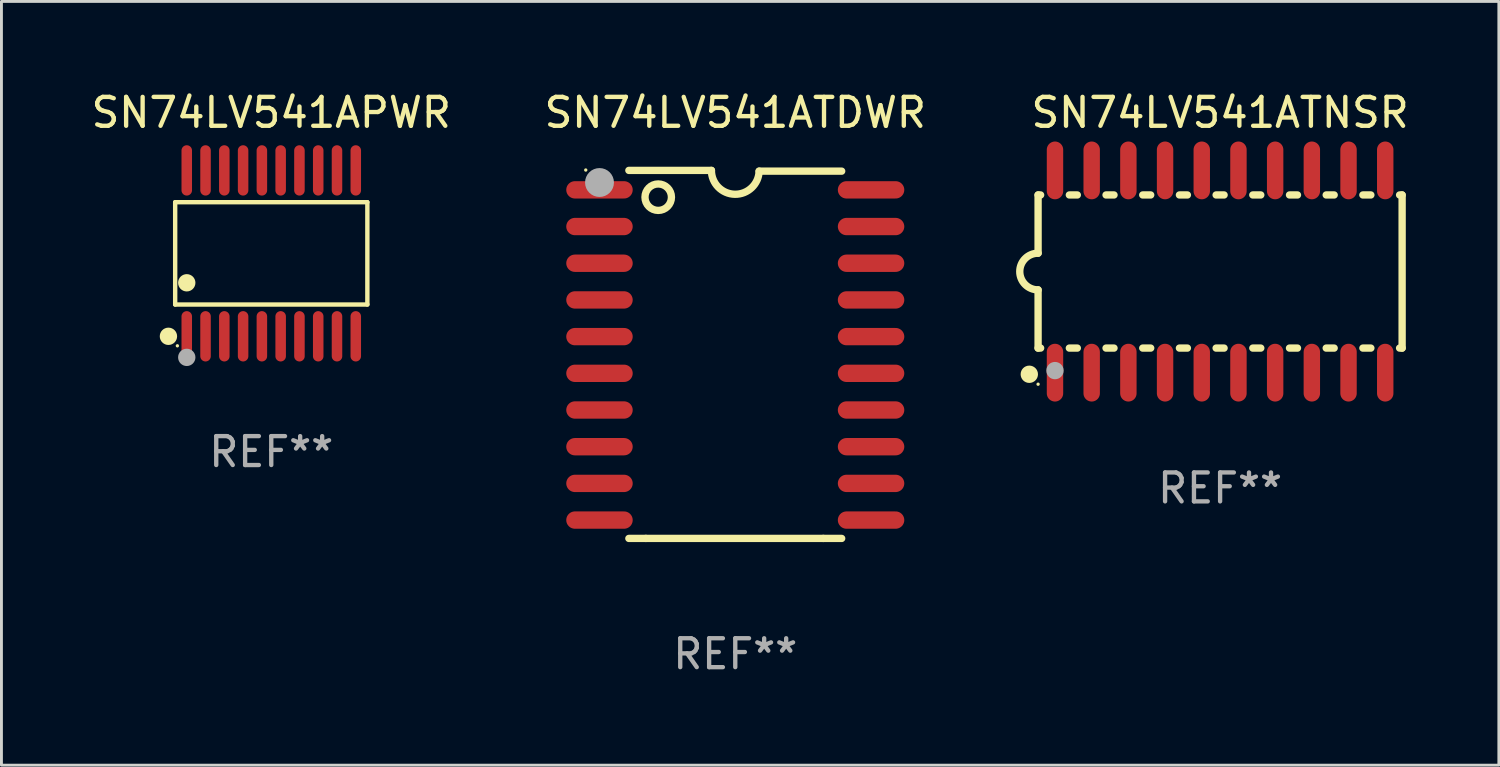
<source format=kicad_pcb>
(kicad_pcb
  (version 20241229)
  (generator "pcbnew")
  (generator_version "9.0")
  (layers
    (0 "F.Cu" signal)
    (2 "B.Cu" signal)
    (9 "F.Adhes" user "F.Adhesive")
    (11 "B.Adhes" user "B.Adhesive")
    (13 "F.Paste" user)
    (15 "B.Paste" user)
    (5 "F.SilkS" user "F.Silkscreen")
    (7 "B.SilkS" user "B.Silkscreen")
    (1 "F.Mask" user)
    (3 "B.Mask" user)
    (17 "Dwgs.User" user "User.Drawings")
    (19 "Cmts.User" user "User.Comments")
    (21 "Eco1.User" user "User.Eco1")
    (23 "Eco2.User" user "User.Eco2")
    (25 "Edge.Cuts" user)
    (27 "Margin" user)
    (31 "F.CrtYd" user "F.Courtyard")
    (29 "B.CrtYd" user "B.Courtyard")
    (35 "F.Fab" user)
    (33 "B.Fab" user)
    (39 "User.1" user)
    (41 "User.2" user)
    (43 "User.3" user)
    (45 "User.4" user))
  (footprint "SN74LV541APWR"
    (layer "F.Cu")
    (at 6.339 5.719)
    (property "Reference" "SN74LV541APWR" (at 0 -4.871 0) (layer "F.SilkS") (effects (font (size 1 1) (thickness 0.15))))
    (attr through_hole)
    (fp_line (start -3.326 -1.771) (end 3.326 -1.771) (stroke (width 0.152) (type solid)) (layer "F.SilkS"))
    (fp_line (start -3.326 1.771) (end -3.326 -1.771) (stroke (width 0.152) (type solid)) (layer "F.SilkS"))
    (fp_line (start 3.326 -1.771) (end 3.326 1.771) (stroke (width 0.152) (type solid)) (layer "F.SilkS"))
    (fp_line (start 3.326 1.771) (end -3.326 1.771) (stroke (width 0.152) (type solid)) (layer "F.SilkS"))
    (fp_circle (center -3.559 2.871) (end -3.409 2.871) (stroke (width 0.3) (type solid)) (fill no) (layer "F.SilkS"))
    (fp_circle (center -3.25 3.2) (end -3.22 3.2) (stroke (width 0.06) (type solid)) (fill no) (layer "F.SilkS"))
    (fp_circle (center -2.925 1.019) (end -2.775 1.019) (stroke (width 0.3) (type solid)) (fill no) (layer "F.SilkS"))
    (fp_circle (center -2.925 3.6) (end -2.775 3.6) (stroke (width 0.3) (type solid)) (fill no) (layer "F.Fab"))
    (fp_text user "REF**" (at 0 6.871 0) (layer "F.Fab") (effects (font (size 1 1) (thickness 0.15))))
    (pad "1" smd oval (at -2.925 2.871) (size 0.364 1.742) (layers "F.Cu" "F.Mask" "F.Paste"))
    (pad "2" smd oval (at -2.275 2.871) (size 0.364 1.742) (layers "F.Cu" "F.Mask" "F.Paste"))
    (pad "3" smd oval (at -1.625 2.871) (size 0.364 1.742) (layers "F.Cu" "F.Mask" "F.Paste"))
    (pad "4" smd oval (at -0.975 2.871) (size 0.364 1.742) (layers "F.Cu" "F.Mask" "F.Paste"))
    (pad "5" smd oval (at -0.325 2.871) (size 0.364 1.742) (layers "F.Cu" "F.Mask" "F.Paste"))
    (pad "6" smd oval (at 0.325 2.871) (size 0.364 1.742) (layers "F.Cu" "F.Mask" "F.Paste"))
    (pad "7" smd oval (at 0.975 2.871) (size 0.364 1.742) (layers "F.Cu" "F.Mask" "F.Paste"))
    (pad "8" smd oval (at 1.625 2.871) (size 0.364 1.742) (layers "F.Cu" "F.Mask" "F.Paste"))
    (pad "9" smd oval (at 2.275 2.871) (size 0.364 1.742) (layers "F.Cu" "F.Mask" "F.Paste"))
    (pad "10" smd oval (at 2.925 2.871) (size 0.364 1.742) (layers "F.Cu" "F.Mask" "F.Paste"))
    (pad "11" smd oval (at 2.925 -2.871) (size 0.364 1.742) (layers "F.Cu" "F.Mask" "F.Paste"))
    (pad "12" smd oval (at 2.275 -2.871) (size 0.364 1.742) (layers "F.Cu" "F.Mask" "F.Paste"))
    (pad "13" smd oval (at 1.625 -2.871) (size 0.364 1.742) (layers "F.Cu" "F.Mask" "F.Paste"))
    (pad "14" smd oval (at 0.975 -2.871) (size 0.364 1.742) (layers "F.Cu" "F.Mask" "F.Paste"))
    (pad "15" smd oval (at 0.325 -2.871) (size 0.364 1.742) (layers "F.Cu" "F.Mask" "F.Paste"))
    (pad "16" smd oval (at -0.325 -2.871) (size 0.364 1.742) (layers "F.Cu" "F.Mask" "F.Paste"))
    (pad "17" smd oval (at -0.975 -2.871) (size 0.364 1.742) (layers "F.Cu" "F.Mask" "F.Paste"))
    (pad "18" smd oval (at -1.625 -2.871) (size 0.364 1.742) (layers "F.Cu" "F.Mask" "F.Paste"))
    (pad "19" smd oval (at -2.275 -2.871) (size 0.364 1.742) (layers "F.Cu" "F.Mask" "F.Paste"))
    (pad "20" smd oval (at -2.925 -2.871) (size 0.364 1.742) (layers "F.Cu" "F.Mask" "F.Paste")))
  (footprint "SN74LV541ATNSR"
    (layer "F.Cu")
    (at 39.18 6.348)
    (property "Reference" "SN74LV541ATNSR" (at 0 -5.5 0) (layer "F.SilkS") (effects (font (size 1 1) (thickness 0.15))))
    (attr through_hole)
    (fp_line (start -6.3 -2.65) (end -6.3 -0.635) (stroke (width 0.254) (type solid)) (layer "F.SilkS"))
    (fp_line (start -6.3 -2.65) (end -6.212 -2.65) (stroke (width 0.254) (type solid)) (layer "F.SilkS"))
    (fp_line (start -6.3 2.65) (end -6.3 0.635) (stroke (width 0.254) (type solid)) (layer "F.SilkS"))
    (fp_line (start -6.3 2.65) (end -6.212 2.65) (stroke (width 0.254) (type solid)) (layer "F.SilkS"))
    (fp_line (start -5.218 -2.65) (end -4.942 -2.65) (stroke (width 0.254) (type solid)) (layer "F.SilkS"))
    (fp_line (start -5.218 2.65) (end -4.942 2.65) (stroke (width 0.254) (type solid)) (layer "F.SilkS"))
    (fp_line (start -3.948 -2.65) (end -3.672 -2.65) (stroke (width 0.254) (type solid)) (layer "F.SilkS"))
    (fp_line (start -3.948 2.65) (end -3.672 2.65) (stroke (width 0.254) (type solid)) (layer "F.SilkS"))
    (fp_line (start -2.678 -2.65) (end -2.402 -2.65) (stroke (width 0.254) (type solid)) (layer "F.SilkS"))
    (fp_line (start -2.678 2.65) (end -2.402 2.65) (stroke (width 0.254) (type solid)) (layer "F.SilkS"))
    (fp_line (start -1.408 -2.65) (end -1.132 -2.65) (stroke (width 0.254) (type solid)) (layer "F.SilkS"))
    (fp_line (start -1.408 2.65) (end -1.132 2.65) (stroke (width 0.254) (type solid)) (layer "F.SilkS"))
    (fp_line (start -0.138 -2.65) (end 0.138 -2.65) (stroke (width 0.254) (type solid)) (layer "F.SilkS"))
    (fp_line (start -0.138 2.65) (end 0.138 2.65) (stroke (width 0.254) (type solid)) (layer "F.SilkS"))
    (fp_line (start 1.132 -2.65) (end 1.408 -2.65) (stroke (width 0.254) (type solid)) (layer "F.SilkS"))
    (fp_line (start 1.132 2.65) (end 1.408 2.65) (stroke (width 0.254) (type solid)) (layer "F.SilkS"))
    (fp_line (start 2.402 -2.65) (end 2.678 -2.65) (stroke (width 0.254) (type solid)) (layer "F.SilkS"))
    (fp_line (start 2.402 2.65) (end 2.678 2.65) (stroke (width 0.254) (type solid)) (layer "F.SilkS"))
    (fp_line (start 3.672 -2.65) (end 3.948 -2.65) (stroke (width 0.254) (type solid)) (layer "F.SilkS"))
    (fp_line (start 3.672 2.65) (end 3.948 2.65) (stroke (width 0.254) (type solid)) (layer "F.SilkS"))
    (fp_line (start 4.942 -2.65) (end 5.218 -2.65) (stroke (width 0.254) (type solid)) (layer "F.SilkS"))
    (fp_line (start 4.942 2.65) (end 5.218 2.65) (stroke (width 0.254) (type solid)) (layer "F.SilkS"))
    (fp_line (start 6.212 -2.65) (end 6.3 -2.65) (stroke (width 0.254) (type solid)) (layer "F.SilkS"))
    (fp_line (start 6.212 2.65) (end 6.3 2.65) (stroke (width 0.254) (type solid)) (layer "F.SilkS"))
    (fp_line (start 6.3 -2.65) (end 6.3 2.65) (stroke (width 0.254) (type solid)) (layer "F.SilkS"))
    (fp_arc (start -6.299975 0.634874) (mid -6.933579 0.000127) (end -6.299213 -0.633858) (stroke (width 0.254001) (type solid)) (layer "F.SilkS"))
    (fp_circle (center -6.604 3.556) (end -6.454 3.556) (stroke (width 0.3) (type solid)) (fill no) (layer "F.SilkS"))
    (fp_circle (center -6.3 3.9) (end -6.27 3.9) (stroke (width 0.06) (type solid)) (fill no) (layer "F.SilkS"))
    (fp_circle (center -5.715 3.429) (end -5.565 3.429) (stroke (width 0.3) (type solid)) (fill no) (layer "F.Fab"))
    (fp_text user "REF**" (at 0 7.5 0) (layer "F.Fab") (effects (font (size 1 1) (thickness 0.15))))
    (pad "1" smd oval (at -5.715 3.5) (size 0.568 2) (layers "F.Cu" "F.Mask" "F.Paste"))
    (pad "2" smd oval (at -4.445 3.5) (size 0.568 2) (layers "F.Cu" "F.Mask" "F.Paste"))
    (pad "3" smd oval (at -3.175 3.5) (size 0.568 2) (layers "F.Cu" "F.Mask" "F.Paste"))
    (pad "4" smd oval (at -1.905 3.5) (size 0.568 2) (layers "F.Cu" "F.Mask" "F.Paste"))
    (pad "5" smd oval (at -0.635 3.5) (size 0.568 2) (layers "F.Cu" "F.Mask" "F.Paste"))
    (pad "6" smd oval (at 0.635 3.5) (size 0.568 2) (layers "F.Cu" "F.Mask" "F.Paste"))
    (pad "7" smd oval (at 1.905 3.5) (size 0.568 2) (layers "F.Cu" "F.Mask" "F.Paste"))
    (pad "8" smd oval (at 3.175 3.5) (size 0.568 2) (layers "F.Cu" "F.Mask" "F.Paste"))
    (pad "9" smd oval (at 4.445 3.5) (size 0.568 2) (layers "F.Cu" "F.Mask" "F.Paste"))
    (pad "10" smd oval (at 5.715 3.5) (size 0.568 2) (layers "F.Cu" "F.Mask" "F.Paste"))
    (pad "11" smd oval (at 5.715 -3.5) (size 0.568 2) (layers "F.Cu" "F.Mask" "F.Paste"))
    (pad "12" smd oval (at 4.445 -3.5) (size 0.568 2) (layers "F.Cu" "F.Mask" "F.Paste"))
    (pad "13" smd oval (at 3.175 -3.5) (size 0.568 2) (layers "F.Cu" "F.Mask" "F.Paste"))
    (pad "14" smd oval (at 1.905 -3.5) (size 0.568 2) (layers "F.Cu" "F.Mask" "F.Paste"))
    (pad "15" smd oval (at 0.635 -3.5) (size 0.568 2) (layers "F.Cu" "F.Mask" "F.Paste"))
    (pad "16" smd oval (at -0.635 -3.5) (size 0.568 2) (layers "F.Cu" "F.Mask" "F.Paste"))
    (pad "17" smd oval (at -1.905 -3.5) (size 0.568 2) (layers "F.Cu" "F.Mask" "F.Paste"))
    (pad "18" smd oval (at -3.175 -3.5) (size 0.568 2) (layers "F.Cu" "F.Mask" "F.Paste"))
    (pad "19" smd oval (at -4.445 -3.5) (size 0.568 2) (layers "F.Cu" "F.Mask" "F.Paste"))
    (pad "20" smd oval (at -5.715 -3.5) (size 0.568 2) (layers "F.Cu" "F.Mask" "F.Paste")))
  (footprint "SN74LV541ATDWR"
    (layer "F.Cu")
    (at 22.399 9.217)
    (property "Reference" "SN74LV541ATDWR" (at 0 -8.369 0) (layer "F.SilkS") (effects (font (size 1 1) (thickness 0.15))))
    (attr through_hole)
    (fp_line (start -3.096 6.369) (end -3.683 6.369) (stroke (width 0.254) (type solid)) (layer "F.SilkS"))
    (fp_line (start -0.825 -6.369) (end -3.683 -6.369) (stroke (width 0.254) (type solid)) (layer "F.SilkS"))
    (fp_line (start 0.826 -6.343) (end 3.683 -6.343) (stroke (width 0.254) (type solid)) (layer "F.SilkS"))
    (fp_line (start 3.048 6.369) (end -3.096 6.369) (stroke (width 0.254) (type solid)) (layer "F.SilkS"))
    (fp_line (start 3.048 6.369) (end 3.683 6.369) (stroke (width 0.254) (type solid)) (layer "F.SilkS"))
    (fp_arc (start 0.825527 -6.343129) (mid -0.012478 -5.543126) (end -0.825476 -6.36853) (stroke (width 0.254001) (type solid)) (layer "F.SilkS"))
    (fp_circle (center -5.175 -6.382) (end -5.145 -6.382) (stroke (width 0.06) (type solid)) (fill no) (layer "F.SilkS"))
    (fp_circle (center -2.667 -5.442) (end -2.209 -5.442) (stroke (width 0.254) (type solid)) (fill no) (layer "F.SilkS"))
    (fp_circle (center -4.699 -5.95) (end -4.449 -5.95) (stroke (width 0.5) (type solid)) (fill no) (layer "F.Fab"))
    (fp_text user "REF**" (at 0 10.369 0) (layer "F.Fab") (effects (font (size 1 1) (thickness 0.15))))
    (pad "1" smd oval (at -4.7 -5.696 90) (size 0.6 2.3) (layers "F.Cu" "F.Mask" "F.Paste"))
    (pad "2" smd oval (at -4.7 -4.426 90) (size 0.6 2.3) (layers "F.Cu" "F.Mask" "F.Paste"))
    (pad "3" smd oval (at -4.7 -3.156 90) (size 0.6 2.3) (layers "F.Cu" "F.Mask" "F.Paste"))
    (pad "4" smd oval (at -4.7 -1.886 90) (size 0.6 2.3) (layers "F.Cu" "F.Mask" "F.Paste"))
    (pad "5" smd oval (at -4.7 -0.616 90) (size 0.6 2.3) (layers "F.Cu" "F.Mask" "F.Paste"))
    (pad "6" smd oval (at -4.7 0.654 90) (size 0.6 2.3) (layers "F.Cu" "F.Mask" "F.Paste"))
    (pad "7" smd oval (at -4.7 1.924 90) (size 0.6 2.3) (layers "F.Cu" "F.Mask" "F.Paste"))
    (pad "8" smd oval (at -4.7 3.194 90) (size 0.6 2.3) (layers "F.Cu" "F.Mask" "F.Paste"))
    (pad "9" smd oval (at -4.7 4.464 90) (size 0.6 2.3) (layers "F.Cu" "F.Mask" "F.Paste"))
    (pad "10" smd oval (at -4.7 5.734 90) (size 0.6 2.3) (layers "F.Cu" "F.Mask" "F.Paste"))
    (pad "11" smd oval (at 4.7 5.734 90) (size 0.6 2.3) (layers "F.Cu" "F.Mask" "F.Paste"))
    (pad "12" smd oval (at 4.7 4.464 90) (size 0.6 2.3) (layers "F.Cu" "F.Mask" "F.Paste"))
    (pad "13" smd oval (at 4.7 3.194 90) (size 0.6 2.3) (layers "F.Cu" "F.Mask" "F.Paste"))
    (pad "14" smd oval (at 4.7 1.924 90) (size 0.6 2.3) (layers "F.Cu" "F.Mask" "F.Paste"))
    (pad "15" smd oval (at 4.7 0.654 90) (size 0.6 2.3) (layers "F.Cu" "F.Mask" "F.Paste"))
    (pad "16" smd oval (at 4.7 -0.616 90) (size 0.6 2.3) (layers "F.Cu" "F.Mask" "F.Paste"))
    (pad "17" smd oval (at 4.7 -1.886 90) (size 0.6 2.3) (layers "F.Cu" "F.Mask" "F.Paste"))
    (pad "18" smd oval (at 4.7 -3.156 90) (size 0.6 2.3) (layers "F.Cu" "F.Mask" "F.Paste"))
    (pad "19" smd oval (at 4.7 -4.426 90) (size 0.6 2.3) (layers "F.Cu" "F.Mask" "F.Paste"))
    (pad "20" smd oval (at 4.7 -5.696 90) (size 0.6 2.3) (layers "F.Cu" "F.Mask" "F.Paste")))
  (gr_rect
    (start -3 -3)
    (end 48.828 23.434)
    (stroke (width 0.1) (type default))
    (fill no)
    (layer "Edge.Cuts")))
</source>
